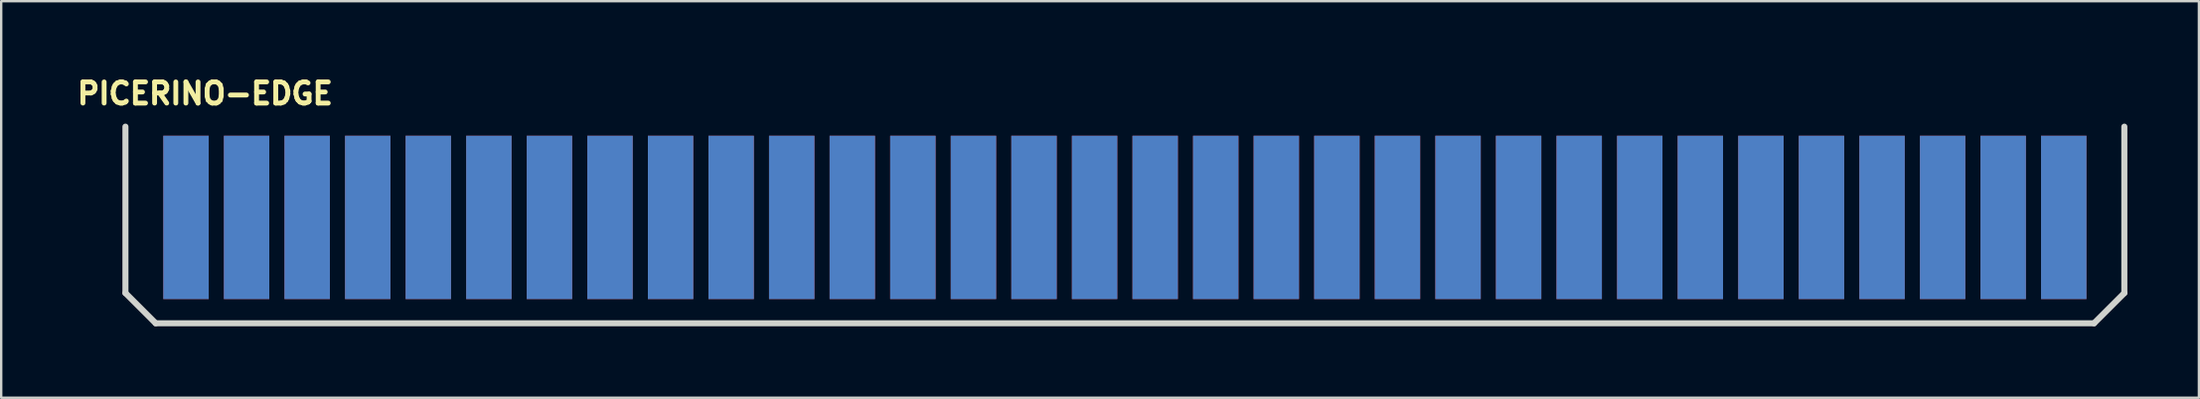
<source format=kicad_pcb>
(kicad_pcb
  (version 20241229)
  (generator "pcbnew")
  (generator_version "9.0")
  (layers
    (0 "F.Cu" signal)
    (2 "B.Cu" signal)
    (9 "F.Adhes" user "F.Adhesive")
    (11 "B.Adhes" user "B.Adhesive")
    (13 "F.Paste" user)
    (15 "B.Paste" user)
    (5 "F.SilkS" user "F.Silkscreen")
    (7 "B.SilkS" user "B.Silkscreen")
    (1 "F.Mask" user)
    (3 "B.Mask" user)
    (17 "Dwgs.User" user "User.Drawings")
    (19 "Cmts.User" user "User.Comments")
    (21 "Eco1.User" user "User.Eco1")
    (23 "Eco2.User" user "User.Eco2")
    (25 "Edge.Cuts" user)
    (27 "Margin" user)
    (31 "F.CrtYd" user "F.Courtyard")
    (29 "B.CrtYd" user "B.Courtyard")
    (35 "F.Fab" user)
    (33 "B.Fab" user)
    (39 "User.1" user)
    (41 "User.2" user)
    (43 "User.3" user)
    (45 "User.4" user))
  (footprint "PICERINO-EDGE"
    (layer "F.Cu")
    (at 4.75 6.077)
    (property "Reference" "PICERINO-EDGE" (at 0.8 -5.2 0) (layer "F.SilkS") (effects (font (size 0.889 0.889) (thickness 0.203))))
    (attr through_hole)
    (fp_poly (pts (xy -2.54 -3.81) (xy 81.28 -3.81) (xy 81.28 3.175) (xy 80.01 4.445) (xy -1.27 4.445) (xy -2.54 3.175)) (stroke (width 0.1) (type solid)) (fill yes) (layer "F.Mask"))
    (fp_poly (pts (xy -2.54 -3.81) (xy 81.28 -3.81) (xy 81.28 3.175) (xy 80.01 4.445) (xy -1.27 4.445) (xy -2.54 3.175)) (stroke (width 0.1) (type solid)) (fill yes) (layer "B.Mask"))
    (fp_line (start -2.54 -3.81) (end -2.54 3.175) (stroke (width 0.254) (type solid)) (layer "Edge.Cuts"))
    (fp_line (start -2.54 3.175) (end -1.27 4.445) (stroke (width 0.254) (type solid)) (layer "Edge.Cuts"))
    (fp_line (start -1.27 4.445) (end 80.01 4.445) (stroke (width 0.254) (type solid)) (layer "Edge.Cuts"))
    (fp_line (start 80.01 4.445) (end 81.28 3.175) (stroke (width 0.254) (type solid)) (layer "Edge.Cuts"))
    (fp_line (start 81.28 3.175) (end 81.28 -3.81) (stroke (width 0.254) (type solid)) (layer "Edge.Cuts"))
    (pad "A1" smd rect (at 0 0) (size 1.905 6.858) (layers "B.Cu"))
    (pad "A2" smd rect (at 2.54 0) (size 1.905 6.858) (layers "B.Cu"))
    (pad "A3" smd rect (at 5.08 0) (size 1.905 6.858) (layers "B.Cu"))
    (pad "A4" smd rect (at 7.62 0) (size 1.905 6.858) (layers "B.Cu"))
    (pad "A5" smd rect (at 10.16 0) (size 1.905 6.858) (layers "B.Cu"))
    (pad "A6" smd rect (at 12.7 0) (size 1.905 6.858) (layers "B.Cu"))
    (pad "A7" smd rect (at 15.24 0) (size 1.905 6.858) (layers "B.Cu"))
    (pad "A8" smd rect (at 17.78 0) (size 1.905 6.858) (layers "B.Cu"))
    (pad "A9" smd rect (at 20.32 0) (size 1.905 6.858) (layers "B.Cu"))
    (pad "A10" smd rect (at 22.86 0) (size 1.905 6.858) (layers "B.Cu"))
    (pad "A11" smd rect (at 25.4 0) (size 1.905 6.858) (layers "B.Cu"))
    (pad "A12" smd rect (at 27.94 0) (size 1.905 6.858) (layers "B.Cu"))
    (pad "A13" smd rect (at 30.48 0) (size 1.905 6.858) (layers "B.Cu"))
    (pad "A14" smd rect (at 33.02 0) (size 1.905 6.858) (layers "B.Cu"))
    (pad "A15" smd rect (at 35.56 0) (size 1.905 6.858) (layers "B.Cu"))
    (pad "A16" smd rect (at 38.1 0) (size 1.905 6.858) (layers "B.Cu"))
    (pad "A17" smd rect (at 40.64 0) (size 1.905 6.858) (layers "B.Cu"))
    (pad "A18" smd rect (at 43.18 0) (size 1.905 6.858) (layers "B.Cu"))
    (pad "A19" smd rect (at 45.72 0) (size 1.905 6.858) (layers "B.Cu"))
    (pad "A20" smd rect (at 48.26 0) (size 1.905 6.858) (layers "B.Cu"))
    (pad "A21" smd rect (at 50.8 0) (size 1.905 6.858) (layers "B.Cu"))
    (pad "A22" smd rect (at 53.34 0) (size 1.905 6.858) (layers "B.Cu"))
    (pad "A23" smd rect (at 55.88 0) (size 1.905 6.858) (layers "B.Cu"))
    (pad "A24" smd rect (at 58.42 0) (size 1.905 6.858) (layers "B.Cu"))
    (pad "A25" smd rect (at 60.96 0) (size 1.905 6.858) (layers "B.Cu"))
    (pad "A26" smd rect (at 63.5 0) (size 1.905 6.858) (layers "B.Cu"))
    (pad "A27" smd rect (at 66.04 0) (size 1.905 6.858) (layers "B.Cu"))
    (pad "A28" smd rect (at 68.58 0) (size 1.905 6.858) (layers "B.Cu"))
    (pad "A29" smd rect (at 71.12 0) (size 1.905 6.858) (layers "B.Cu"))
    (pad "A30" smd rect (at 73.66 0) (size 1.905 6.858) (layers "B.Cu"))
    (pad "A31" smd rect (at 76.2 0) (size 1.905 6.858) (layers "B.Cu"))
    (pad "A32" smd rect (at 78.74 0) (size 1.905 6.858) (layers "B.Cu"))
    (pad "B1" smd rect (at 0 0) (size 1.905 6.858) (layers "F.Cu"))
    (pad "B2" smd rect (at 2.54 0) (size 1.905 6.858) (layers "F.Cu"))
    (pad "B3" smd rect (at 5.08 0) (size 1.905 6.858) (layers "F.Cu"))
    (pad "B4" smd rect (at 7.62 0) (size 1.905 6.858) (layers "F.Cu"))
    (pad "B5" smd rect (at 10.16 0) (size 1.905 6.858) (layers "F.Cu"))
    (pad "B6" smd rect (at 12.7 0) (size 1.905 6.858) (layers "F.Cu"))
    (pad "B7" smd rect (at 15.24 0) (size 1.905 6.858) (layers "F.Cu"))
    (pad "B8" smd rect (at 17.78 0) (size 1.905 6.858) (layers "F.Cu"))
    (pad "B9" smd rect (at 20.32 0) (size 1.905 6.858) (layers "F.Cu"))
    (pad "B10" smd rect (at 22.86 0) (size 1.905 6.858) (layers "F.Cu"))
    (pad "B11" smd rect (at 25.4 0) (size 1.905 6.858) (layers "F.Cu"))
    (pad "B12" smd rect (at 27.94 0) (size 1.905 6.858) (layers "F.Cu"))
    (pad "B13" smd rect (at 30.48 0) (size 1.905 6.858) (layers "F.Cu"))
    (pad "B14" smd rect (at 33.02 0) (size 1.905 6.858) (layers "F.Cu"))
    (pad "B15" smd rect (at 35.56 0) (size 1.905 6.858) (layers "F.Cu"))
    (pad "B16" smd rect (at 38.1 0) (size 1.905 6.858) (layers "F.Cu"))
    (pad "B17" smd rect (at 40.64 0) (size 1.905 6.858) (layers "F.Cu"))
    (pad "B18" smd rect (at 43.18 0) (size 1.905 6.858) (layers "F.Cu"))
    (pad "B19" smd rect (at 45.72 0) (size 1.905 6.858) (layers "F.Cu"))
    (pad "B20" smd rect (at 48.26 0) (size 1.905 6.858) (layers "F.Cu"))
    (pad "B21" smd rect (at 50.8 0) (size 1.905 6.858) (layers "F.Cu"))
    (pad "B22" smd rect (at 53.34 0) (size 1.905 6.858) (layers "F.Cu"))
    (pad "B23" smd rect (at 55.88 0) (size 1.905 6.858) (layers "F.Cu"))
    (pad "B24" smd rect (at 58.42 0) (size 1.905 6.858) (layers "F.Cu"))
    (pad "B25" smd rect (at 60.96 0) (size 1.905 6.858) (layers "F.Cu"))
    (pad "B26" smd rect (at 63.5 0) (size 1.905 6.858) (layers "F.Cu"))
    (pad "B27" smd rect (at 66.04 0) (size 1.905 6.858) (layers "F.Cu"))
    (pad "B28" smd rect (at 68.58 0) (size 1.905 6.858) (layers "F.Cu"))
    (pad "B29" smd rect (at 71.12 0) (size 1.905 6.858) (layers "F.Cu"))
    (pad "B30" smd rect (at 73.66 0) (size 1.905 6.858) (layers "F.Cu"))
    (pad "B31" smd rect (at 76.2 0) (size 1.905 6.858) (layers "F.Cu"))
    (pad "B32" smd rect (at 78.74 0) (size 1.905 6.858) (layers "F.Cu")))
  (gr_rect
    (start -3 -3)
    (end 89.157 13.649)
    (stroke (width 0.1) (type default))
    (fill no)
    (layer "Edge.Cuts")))
</source>
